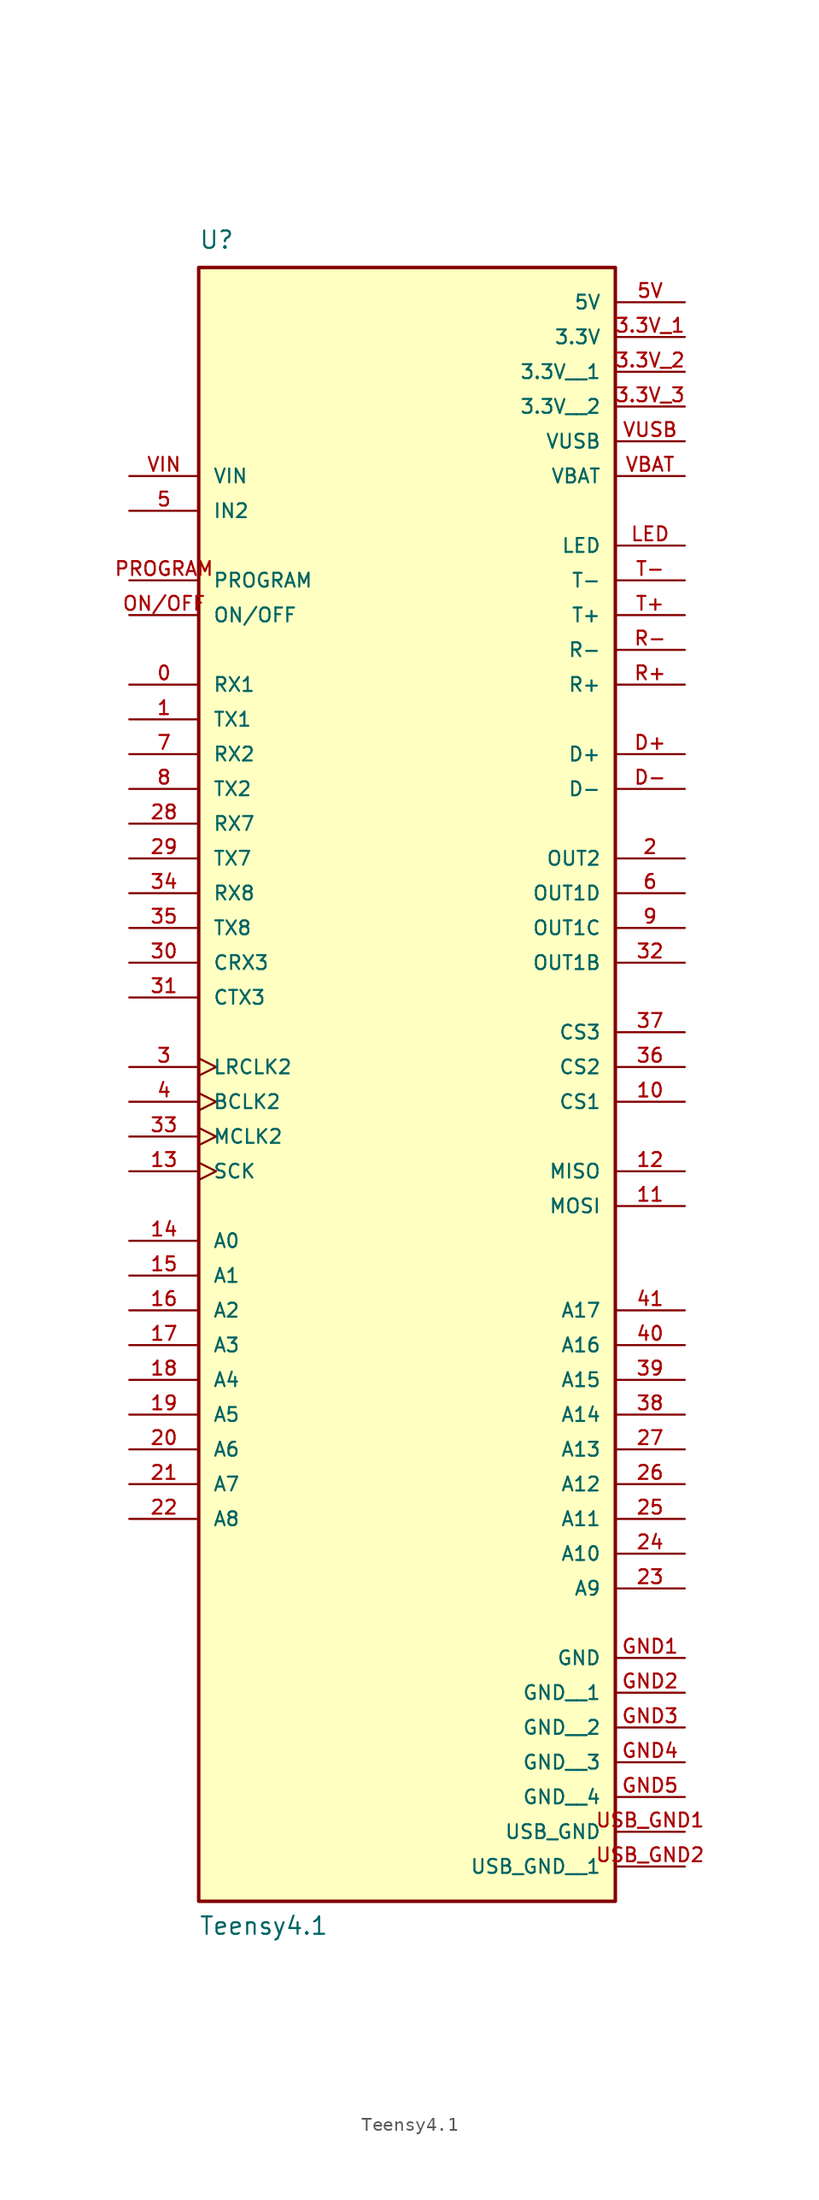
<source format=kicad_sym>
(kicad_symbol_lib
  (version 20211014)
  (generator kicad_symbol_editor)
  (symbol "Teensy4.1"
    (pin_names
      (offset 1.016))
    (property "Reference" "U"
      (at -15.24 52.07 0)
      (effects (font (size 1.27 1.27)) (justify left bottom)))
    (property "Value" "Teensy4.1"
      (at -15.24 -71.12 0)
      (effects (font (size 1.27 1.27)) (justify left bottom)))
    (property "ki_locked" ""
      (at 0 0 0)
      (effects (font (size 1.27 1.27))))
    (symbol "Teensy4.1_0_0"
      (rectangle (start -15.24 -68.58) (end 15.24 50.8) (stroke (width 0.254) (type default) (color 0 0 0 0)) (fill (type background)))
      (pin bidirectional line (at -20.32 20.32 0) (length 5.08) (name "RX1" (effects (font (size 1.016 1.016)))) (number "0" (effects (font (size 1.016 1.016)))))
      (pin bidirectional line (at -20.32 17.78 0) (length 5.08) (name "TX1" (effects (font (size 1.016 1.016)))) (number "1" (effects (font (size 1.016 1.016)))))
      (pin bidirectional line (at 20.32 -10.16 180) (length 5.08) (name "CS1" (effects (font (size 1.016 1.016)))) (number "10" (effects (font (size 1.016 1.016)))))
      (pin bidirectional line (at 20.32 -17.78 180) (length 5.08) (name "MOSI" (effects (font (size 1.016 1.016)))) (number "11" (effects (font (size 1.016 1.016)))))
      (pin bidirectional line (at 20.32 -15.24 180) (length 5.08) (name "MISO" (effects (font (size 1.016 1.016)))) (number "12" (effects (font (size 1.016 1.016)))))
      (pin bidirectional clock (at -20.32 -15.24 0) (length 5.08) (name "SCK" (effects (font (size 1.016 1.016)))) (number "13" (effects (font (size 1.016 1.016)))))
      (pin bidirectional line (at -20.32 -20.32 0) (length 5.08) (name "A0" (effects (font (size 1.016 1.016)))) (number "14" (effects (font (size 1.016 1.016)))))
      (pin bidirectional line (at -20.32 -22.86 0) (length 5.08) (name "A1" (effects (font (size 1.016 1.016)))) (number "15" (effects (font (size 1.016 1.016)))))
      (pin bidirectional line (at -20.32 -25.4 0) (length 5.08) (name "A2" (effects (font (size 1.016 1.016)))) (number "16" (effects (font (size 1.016 1.016)))))
      (pin bidirectional line (at -20.32 -27.94 0) (length 5.08) (name "A3" (effects (font (size 1.016 1.016)))) (number "17" (effects (font (size 1.016 1.016)))))
      (pin bidirectional line (at -20.32 -30.48 0) (length 5.08) (name "A4" (effects (font (size 1.016 1.016)))) (number "18" (effects (font (size 1.016 1.016)))))
      (pin bidirectional line (at -20.32 -33.02 0) (length 5.08) (name "A5" (effects (font (size 1.016 1.016)))) (number "19" (effects (font (size 1.016 1.016)))))
      (pin output line (at 20.32 7.62 180) (length 5.08) (name "OUT2" (effects (font (size 1.016 1.016)))) (number "2" (effects (font (size 1.016 1.016)))))
      (pin bidirectional line (at -20.32 -35.56 0) (length 5.08) (name "A6" (effects (font (size 1.016 1.016)))) (number "20" (effects (font (size 1.016 1.016)))))
      (pin bidirectional line (at -20.32 -38.1 0) (length 5.08) (name "A7" (effects (font (size 1.016 1.016)))) (number "21" (effects (font (size 1.016 1.016)))))
      (pin bidirectional line (at -20.32 -40.64 0) (length 5.08) (name "A8" (effects (font (size 1.016 1.016)))) (number "22" (effects (font (size 1.016 1.016)))))
      (pin bidirectional line (at 20.32 -45.72 180) (length 5.08) (name "A9" (effects (font (size 1.016 1.016)))) (number "23" (effects (font (size 1.016 1.016)))))
      (pin bidirectional line (at 20.32 -43.18 180) (length 5.08) (name "A10" (effects (font (size 1.016 1.016)))) (number "24" (effects (font (size 1.016 1.016)))))
      (pin bidirectional line (at 20.32 -40.64 180) (length 5.08) (name "A11" (effects (font (size 1.016 1.016)))) (number "25" (effects (font (size 1.016 1.016)))))
      (pin bidirectional line (at 20.32 -38.1 180) (length 5.08) (name "A12" (effects (font (size 1.016 1.016)))) (number "26" (effects (font (size 1.016 1.016)))))
      (pin bidirectional line (at 20.32 -35.56 180) (length 5.08) (name "A13" (effects (font (size 1.016 1.016)))) (number "27" (effects (font (size 1.016 1.016)))))
      (pin bidirectional line (at -20.32 10.16 0) (length 5.08) (name "RX7" (effects (font (size 1.016 1.016)))) (number "28" (effects (font (size 1.016 1.016)))))
      (pin bidirectional line (at -20.32 7.62 0) (length 5.08) (name "TX7" (effects (font (size 1.016 1.016)))) (number "29" (effects (font (size 1.016 1.016)))))
      (pin bidirectional clock (at -20.32 -7.62 0) (length 5.08) (name "LRCLK2" (effects (font (size 1.016 1.016)))) (number "3" (effects (font (size 1.016 1.016)))))
      (pin power_in line (at 20.32 45.72 180) (length 5.08) (name "3.3V" (effects (font (size 1.016 1.016)))) (number "3.3V_1" (effects (font (size 1.016 1.016)))))
      (pin power_in line (at 20.32 43.18 180) (length 5.08) (name "3.3V__1" (effects (font (size 1.016 1.016)))) (number "3.3V_2" (effects (font (size 1.016 1.016)))))
      (pin power_in line (at 20.32 40.64 180) (length 5.08) (name "3.3V__2" (effects (font (size 1.016 1.016)))) (number "3.3V_3" (effects (font (size 1.016 1.016)))))
      (pin bidirectional line (at -20.32 0 0) (length 5.08) (name "CRX3" (effects (font (size 1.016 1.016)))) (number "30" (effects (font (size 1.016 1.016)))))
      (pin bidirectional line (at -20.32 -2.54 0) (length 5.08) (name "CTX3" (effects (font (size 1.016 1.016)))) (number "31" (effects (font (size 1.016 1.016)))))
      (pin output line (at 20.32 0 180) (length 5.08) (name "OUT1B" (effects (font (size 1.016 1.016)))) (number "32" (effects (font (size 1.016 1.016)))))
      (pin bidirectional clock (at -20.32 -12.7 0) (length 5.08) (name "MCLK2" (effects (font (size 1.016 1.016)))) (number "33" (effects (font (size 1.016 1.016)))))
      (pin bidirectional line (at -20.32 5.08 0) (length 5.08) (name "RX8" (effects (font (size 1.016 1.016)))) (number "34" (effects (font (size 1.016 1.016)))))
      (pin bidirectional line (at -20.32 2.54 0) (length 5.08) (name "TX8" (effects (font (size 1.016 1.016)))) (number "35" (effects (font (size 1.016 1.016)))))
      (pin bidirectional line (at 20.32 -7.62 180) (length 5.08) (name "CS2" (effects (font (size 1.016 1.016)))) (number "36" (effects (font (size 1.016 1.016)))))
      (pin bidirectional line (at 20.32 -5.08 180) (length 5.08) (name "CS3" (effects (font (size 1.016 1.016)))) (number "37" (effects (font (size 1.016 1.016)))))
      (pin bidirectional line (at 20.32 -33.02 180) (length 5.08) (name "A14" (effects (font (size 1.016 1.016)))) (number "38" (effects (font (size 1.016 1.016)))))
      (pin bidirectional line (at 20.32 -30.48 180) (length 5.08) (name "A15" (effects (font (size 1.016 1.016)))) (number "39" (effects (font (size 1.016 1.016)))))
      (pin bidirectional clock (at -20.32 -10.16 0) (length 5.08) (name "BCLK2" (effects (font (size 1.016 1.016)))) (number "4" (effects (font (size 1.016 1.016)))))
      (pin bidirectional line (at 20.32 -27.94 180) (length 5.08) (name "A16" (effects (font (size 1.016 1.016)))) (number "40" (effects (font (size 1.016 1.016)))))
      (pin bidirectional line (at 20.32 -25.4 180) (length 5.08) (name "A17" (effects (font (size 1.016 1.016)))) (number "41" (effects (font (size 1.016 1.016)))))
      (pin bidirectional line (at -20.32 33.02 0) (length 5.08) (name "IN2" (effects (font (size 1.016 1.016)))) (number "5" (effects (font (size 1.016 1.016)))))
      (pin power_in line (at 20.32 48.26 180) (length 5.08) (name "5V" (effects (font (size 1.016 1.016)))) (number "5V" (effects (font (size 1.016 1.016)))))
      (pin output line (at 20.32 5.08 180) (length 5.08) (name "OUT1D" (effects (font (size 1.016 1.016)))) (number "6" (effects (font (size 1.016 1.016)))))
      (pin bidirectional line (at -20.32 15.24 0) (length 5.08) (name "RX2" (effects (font (size 1.016 1.016)))) (number "7" (effects (font (size 1.016 1.016)))))
      (pin bidirectional line (at -20.32 12.7 0) (length 5.08) (name "TX2" (effects (font (size 1.016 1.016)))) (number "8" (effects (font (size 1.016 1.016)))))
      (pin output line (at 20.32 2.54 180) (length 5.08) (name "OUT1C" (effects (font (size 1.016 1.016)))) (number "9" (effects (font (size 1.016 1.016)))))
      (pin bidirectional line (at 20.32 15.24 180) (length 5.08) (name "D+" (effects (font (size 1.016 1.016)))) (number "D+" (effects (font (size 1.016 1.016)))))
      (pin bidirectional line (at 20.32 12.7 180) (length 5.08) (name "D-" (effects (font (size 1.016 1.016)))) (number "D-" (effects (font (size 1.016 1.016)))))
      (pin power_in line (at 20.32 -50.8 180) (length 5.08) (name "GND" (effects (font (size 1.016 1.016)))) (number "GND1" (effects (font (size 1.016 1.016)))))
      (pin power_in line (at 20.32 -53.34 180) (length 5.08) (name "GND__1" (effects (font (size 1.016 1.016)))) (number "GND2" (effects (font (size 1.016 1.016)))))
      (pin power_in line (at 20.32 -55.88 180) (length 5.08) (name "GND__2" (effects (font (size 1.016 1.016)))) (number "GND3" (effects (font (size 1.016 1.016)))))
      (pin power_in line (at 20.32 -58.42 180) (length 5.08) (name "GND__3" (effects (font (size 1.016 1.016)))) (number "GND4" (effects (font (size 1.016 1.016)))))
      (pin power_in line (at 20.32 -60.96 180) (length 5.08) (name "GND__4" (effects (font (size 1.016 1.016)))) (number "GND5" (effects (font (size 1.016 1.016)))))
      (pin bidirectional line (at 20.32 30.48 180) (length 5.08) (name "LED" (effects (font (size 1.016 1.016)))) (number "LED" (effects (font (size 1.016 1.016)))))
      (pin bidirectional line (at -20.32 25.4 0) (length 5.08) (name "ON/OFF" (effects (font (size 1.016 1.016)))) (number "ON/OFF" (effects (font (size 1.016 1.016)))))
      (pin bidirectional line (at -20.32 27.94 0) (length 5.08) (name "PROGRAM" (effects (font (size 1.016 1.016)))) (number "PROGRAM" (effects (font (size 1.016 1.016)))))
      (pin bidirectional line (at 20.32 20.32 180) (length 5.08) (name "R+" (effects (font (size 1.016 1.016)))) (number "R+" (effects (font (size 1.016 1.016)))))
      (pin bidirectional line (at 20.32 22.86 180) (length 5.08) (name "R-" (effects (font (size 1.016 1.016)))) (number "R-" (effects (font (size 1.016 1.016)))))
      (pin bidirectional line (at 20.32 25.4 180) (length 5.08) (name "T+" (effects (font (size 1.016 1.016)))) (number "T+" (effects (font (size 1.016 1.016)))))
      (pin bidirectional line (at 20.32 27.94 180) (length 5.08) (name "T-" (effects (font (size 1.016 1.016)))) (number "T-" (effects (font (size 1.016 1.016)))))
      (pin power_in line (at 20.32 -63.5 180) (length 5.08) (name "USB_GND" (effects (font (size 1.016 1.016)))) (number "USB_GND1" (effects (font (size 1.016 1.016)))))
      (pin power_in line (at 20.32 -66.04 180) (length 5.08) (name "USB_GND__1" (effects (font (size 1.016 1.016)))) (number "USB_GND2" (effects (font (size 1.016 1.016)))))
      (pin passive line (at 20.32 35.56 180) (length 5.08) (name "VBAT" (effects (font (size 1.016 1.016)))) (number "VBAT" (effects (font (size 1.016 1.016)))))
      (pin input line (at -20.32 35.56 0) (length 5.08) (name "VIN" (effects (font (size 1.016 1.016)))) (number "VIN" (effects (font (size 1.016 1.016)))))
      (pin passive line (at 20.32 38.1 180) (length 5.08) (name "VUSB" (effects (font (size 1.016 1.016)))) (number "VUSB" (effects (font (size 1.016 1.016))))))))
</source>
